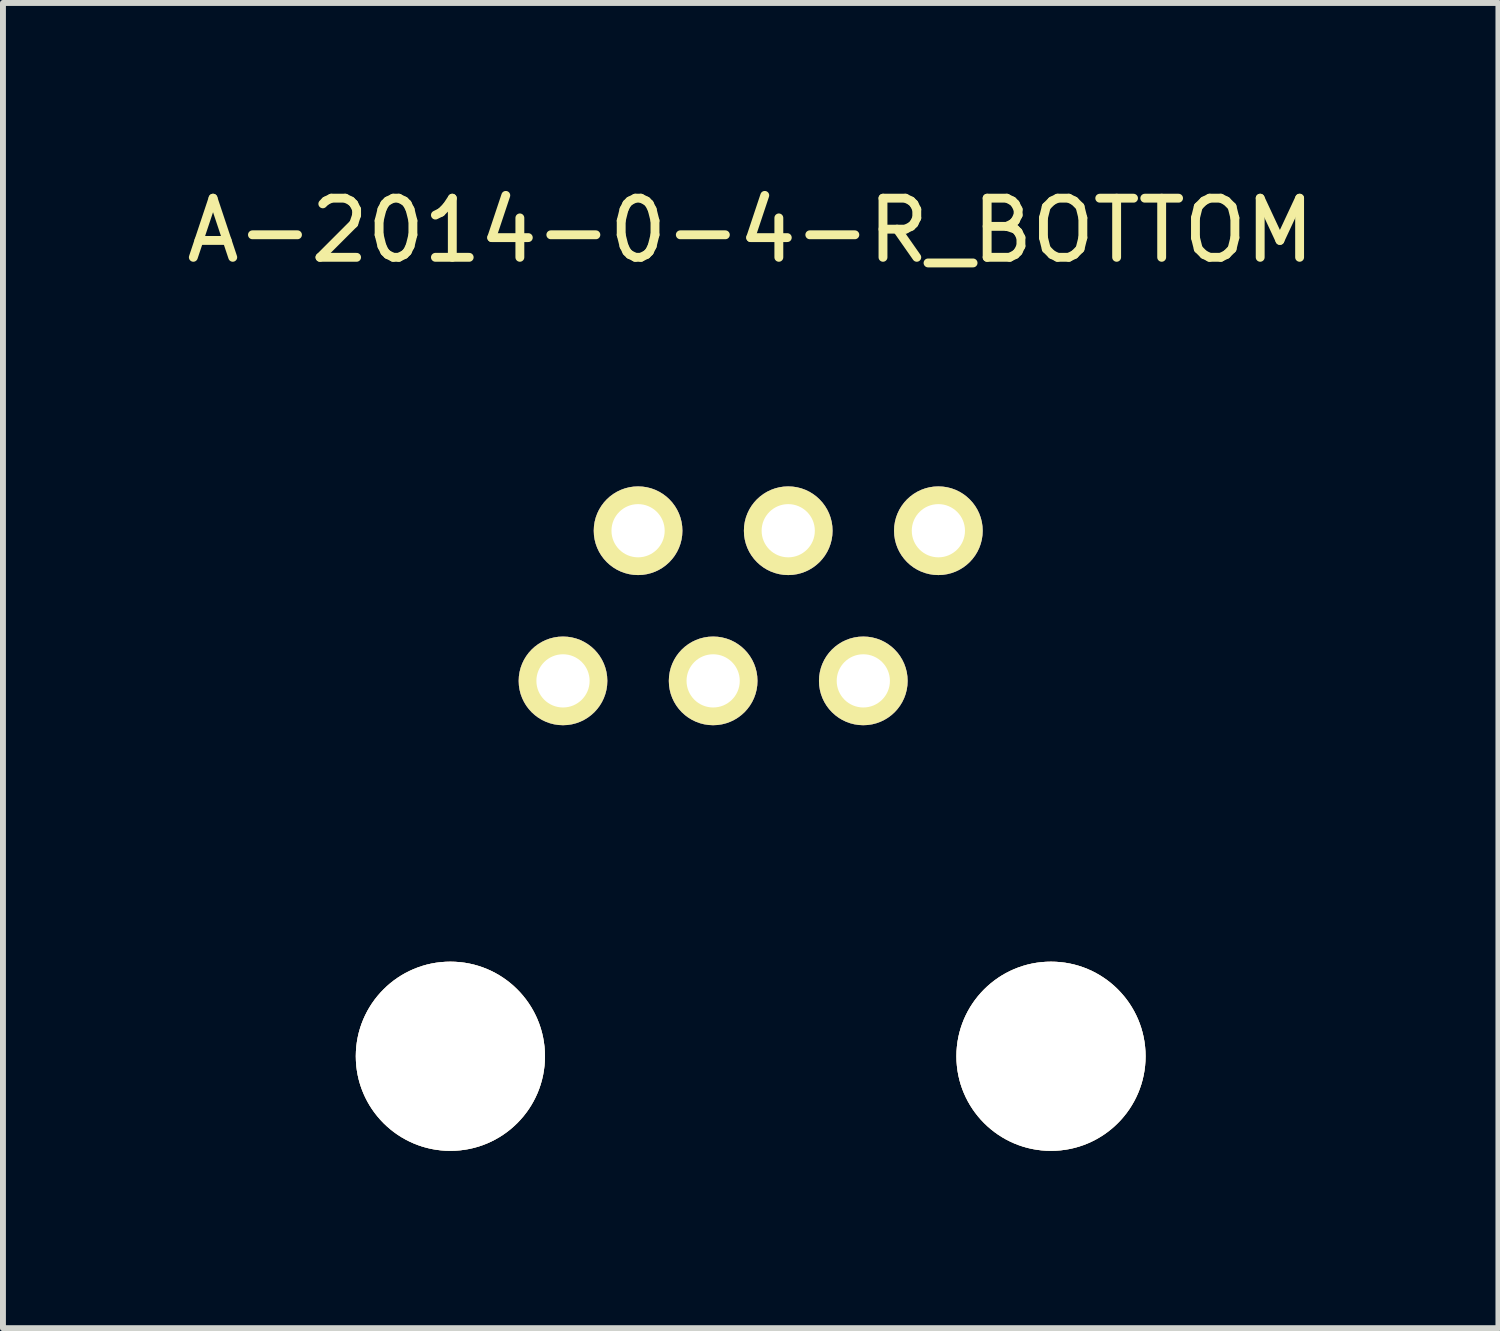
<source format=kicad_pcb>
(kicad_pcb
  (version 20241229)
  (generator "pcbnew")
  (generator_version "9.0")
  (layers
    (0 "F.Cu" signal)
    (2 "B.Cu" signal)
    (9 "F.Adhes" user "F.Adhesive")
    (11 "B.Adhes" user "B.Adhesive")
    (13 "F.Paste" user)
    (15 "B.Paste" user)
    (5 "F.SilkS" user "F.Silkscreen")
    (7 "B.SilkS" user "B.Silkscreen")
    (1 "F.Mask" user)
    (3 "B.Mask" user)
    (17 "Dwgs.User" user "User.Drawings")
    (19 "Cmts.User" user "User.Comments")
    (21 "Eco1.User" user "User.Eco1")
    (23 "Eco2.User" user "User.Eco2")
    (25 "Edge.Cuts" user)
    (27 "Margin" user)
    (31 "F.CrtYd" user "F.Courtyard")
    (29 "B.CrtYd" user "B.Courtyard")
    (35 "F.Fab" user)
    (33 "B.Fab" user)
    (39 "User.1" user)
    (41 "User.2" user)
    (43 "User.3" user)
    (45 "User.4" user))
  (footprint "A-2014-0-4-R_BOTTOM"
    (layer "F.Cu")
    (at 9.649 14.818)
    (property "Reference" "A-2014-0-4-R_BOTTOM" (at 0 -13.97 0) (layer "F.SilkS") (effects (font (size 1 1) (thickness 0.15))))
    (attr through_hole)
    (pad "1" thru_hole circle (at 3.175 -8.89 180) (size 1.5 1.5) (drill 0.9) (layers "*.Cu" "*.Mask" "F.SilkS"))
    (pad "2" thru_hole circle (at 1.905 -6.35 180) (size 1.5 1.5) (drill 0.9) (layers "*.Cu" "*.Mask" "F.SilkS"))
    (pad "3" thru_hole circle (at 0.635 -8.89 180) (size 1.5 1.5) (drill 0.9) (layers "*.Cu" "*.Mask" "F.SilkS"))
    (pad "4" thru_hole circle (at -0.635 -6.35 180) (size 1.5 1.5) (drill 0.9) (layers "*.Cu" "*.Mask" "F.SilkS"))
    (pad "5" thru_hole circle (at -1.905 -8.89 180) (size 1.5 1.5) (drill 0.9) (layers "*.Cu" "*.Mask" "F.SilkS"))
    (pad "6" thru_hole circle (at -3.175 -6.35 180) (size 1.5 1.5) (drill 0.9) (layers "*.Cu" "*.Mask" "F.SilkS"))
    (pad "hole" thru_hole circle (at -5.08 0) (size 3.2 3.2) (drill 3.2) (layers "*.Cu" "*.Mask" "F.SilkS"))
    (pad "hole" thru_hole circle (at 5.08 0) (size 3.2 3.2) (drill 3.2) (layers "*.Cu" "*.Mask" "F.SilkS")))
  (gr_rect
    (start -3 -3)
    (end 22.298 19.418)
    (stroke (width 0.1) (type default))
    (fill no)
    (layer "Edge.Cuts")))
</source>
